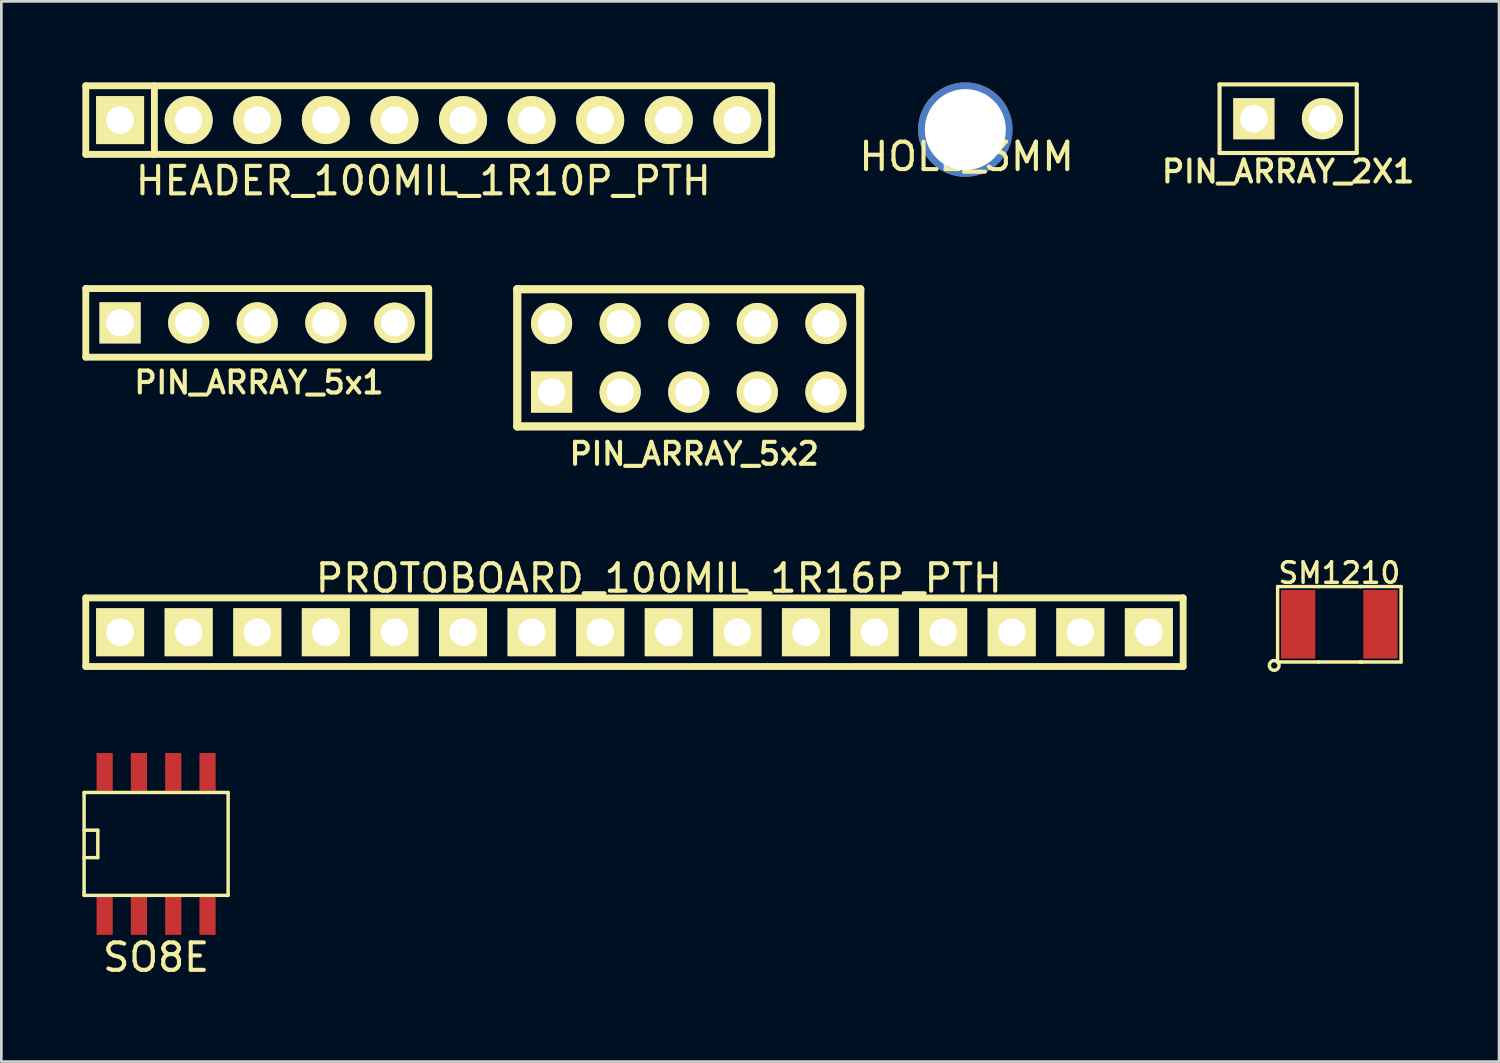
<source format=kicad_pcb>
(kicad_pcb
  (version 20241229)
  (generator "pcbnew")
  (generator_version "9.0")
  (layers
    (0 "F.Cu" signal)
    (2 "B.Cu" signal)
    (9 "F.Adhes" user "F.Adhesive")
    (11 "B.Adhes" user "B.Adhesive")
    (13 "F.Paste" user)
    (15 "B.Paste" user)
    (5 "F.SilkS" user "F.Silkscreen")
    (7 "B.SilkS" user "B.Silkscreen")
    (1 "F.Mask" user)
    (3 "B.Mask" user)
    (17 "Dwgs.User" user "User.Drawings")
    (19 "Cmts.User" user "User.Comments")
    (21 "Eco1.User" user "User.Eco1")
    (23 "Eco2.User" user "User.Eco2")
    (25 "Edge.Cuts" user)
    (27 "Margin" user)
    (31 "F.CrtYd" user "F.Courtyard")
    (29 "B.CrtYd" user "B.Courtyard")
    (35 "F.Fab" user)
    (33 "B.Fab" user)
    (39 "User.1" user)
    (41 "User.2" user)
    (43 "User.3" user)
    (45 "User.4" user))
  (footprint "PROTOBOARD_100MIL_1R16P_PTH"
    (layer "F.Cu")
    (at 20.447 20.362)
    (property "Reference" "PROTOBOARD_100MIL_1R16P_PTH" (at 0.9 -2 0) (layer "F.SilkS") (effects (font (size 1.016 1.016) (thickness 0.152))))
    (attr through_hole)
    (fp_line (start -20.32 -1.27) (end 20.32 -1.27) (stroke (width 0.254) (type solid)) (layer "F.SilkS"))
    (fp_line (start -20.32 1.27) (end -20.32 -1.27) (stroke (width 0.254) (type solid)) (layer "F.SilkS"))
    (fp_line (start 20.32 -1.27) (end 20.32 1.27) (stroke (width 0.254) (type solid)) (layer "F.SilkS"))
    (fp_line (start 20.32 1.27) (end -20.32 1.27) (stroke (width 0.254) (type solid)) (layer "F.SilkS"))
    (pad "1" thru_hole rect (at -19.05 0) (size 1.778 1.778) (drill 1.016) (layers "*.Cu" "*.Mask" "F.SilkS"))
    (pad "2" thru_hole rect (at -16.51 0) (size 1.778 1.778) (drill 1.016) (layers "*.Cu" "*.Mask" "F.SilkS"))
    (pad "3" thru_hole rect (at -13.97 0) (size 1.778 1.778) (drill 1.016) (layers "*.Cu" "*.Mask" "F.SilkS"))
    (pad "4" thru_hole rect (at -11.43 0) (size 1.778 1.778) (drill 1.016) (layers "*.Cu" "*.Mask" "F.SilkS"))
    (pad "5" thru_hole rect (at -8.89 0) (size 1.778 1.778) (drill 1.016) (layers "*.Cu" "*.Mask" "F.SilkS"))
    (pad "6" thru_hole rect (at -6.35 0) (size 1.778 1.778) (drill 1.016) (layers "*.Cu" "*.Mask" "F.SilkS"))
    (pad "7" thru_hole rect (at -3.81 0) (size 1.778 1.778) (drill 1.016) (layers "*.Cu" "*.Mask" "F.SilkS"))
    (pad "8" thru_hole rect (at -1.27 0) (size 1.778 1.778) (drill 1.016) (layers "*.Cu" "*.Mask" "F.SilkS"))
    (pad "9" thru_hole rect (at 1.27 0) (size 1.778 1.778) (drill 1.016) (layers "*.Cu" "*.Mask" "F.SilkS"))
    (pad "10" thru_hole rect (at 3.81 0) (size 1.778 1.778) (drill 1.016) (layers "*.Cu" "*.Mask" "F.SilkS"))
    (pad "11" thru_hole rect (at 6.35 0) (size 1.778 1.778) (drill 1.016) (layers "*.Cu" "*.Mask" "F.SilkS"))
    (pad "12" thru_hole rect (at 8.89 0) (size 1.778 1.778) (drill 1.016) (layers "*.Cu" "*.Mask" "F.SilkS"))
    (pad "13" thru_hole rect (at 11.43 0) (size 1.778 1.778) (drill 1.016) (layers "*.Cu" "*.Mask" "F.SilkS"))
    (pad "14" thru_hole rect (at 13.97 0) (size 1.778 1.778) (drill 1.016) (layers "*.Cu" "*.Mask" "F.SilkS"))
    (pad "15" thru_hole rect (at 16.51 0) (size 1.778 1.778) (drill 1.016) (layers "*.Cu" "*.Mask" "F.SilkS"))
    (pad "16" thru_hole rect (at 19.05 0) (size 1.778 1.778) (drill 1.016) (layers "*.Cu" "*.Mask" "F.SilkS")))
  (footprint "PIN_ARRAY_5x2"
    (layer "F.Cu")
    (at 22.456 10.201)
    (property "Reference" "PIN_ARRAY_5x2" (at 0.203 3.556 0) (layer "F.SilkS") (effects (font (size 0.813 0.813) (thickness 0.152))))
    (attr through_hole)
    (fp_line (start -6.35 -2.54) (end 6.35 -2.54) (stroke (width 0.305) (type solid)) (layer "F.SilkS"))
    (fp_line (start -6.35 2.54) (end -6.35 -2.54) (stroke (width 0.305) (type solid)) (layer "F.SilkS"))
    (fp_line (start 6.35 -2.54) (end 6.35 2.54) (stroke (width 0.305) (type solid)) (layer "F.SilkS"))
    (fp_line (start 6.35 2.54) (end -6.35 2.54) (stroke (width 0.305) (type solid)) (layer "F.SilkS"))
    (pad "1" thru_hole rect (at -5.08 1.27) (size 1.524 1.524) (drill 1.016) (layers "*.Cu" "*.Mask" "F.SilkS"))
    (pad "2" thru_hole circle (at -5.08 -1.27) (size 1.524 1.524) (drill 1.016) (layers "*.Cu" "*.Mask" "F.SilkS"))
    (pad "3" thru_hole circle (at -2.54 1.27) (size 1.524 1.524) (drill 1.016) (layers "*.Cu" "*.Mask" "F.SilkS"))
    (pad "4" thru_hole circle (at -2.54 -1.27) (size 1.524 1.524) (drill 1.016) (layers "*.Cu" "*.Mask" "F.SilkS"))
    (pad "5" thru_hole circle (at 0 1.27) (size 1.524 1.524) (drill 1.016) (layers "*.Cu" "*.Mask" "F.SilkS"))
    (pad "6" thru_hole circle (at 0 -1.27) (size 1.524 1.524) (drill 1.016) (layers "*.Cu" "*.Mask" "F.SilkS"))
    (pad "7" thru_hole circle (at 2.54 1.27) (size 1.524 1.524) (drill 1.016) (layers "*.Cu" "*.Mask" "F.SilkS"))
    (pad "8" thru_hole circle (at 2.54 -1.27) (size 1.524 1.524) (drill 1.016) (layers "*.Cu" "*.Mask" "F.SilkS"))
    (pad "9" thru_hole circle (at 5.08 1.27) (size 1.524 1.524) (drill 1.016) (layers "*.Cu" "*.Mask" "F.SilkS"))
    (pad "10" thru_hole circle (at 5.08 -1.27) (size 1.524 1.524) (drill 1.016) (layers "*.Cu" "*.Mask" "F.SilkS")))
  (footprint "PIN_ARRAY_2X1"
    (layer "F.Cu")
    (at 44.654 1.346)
    (property "Reference" "PIN_ARRAY_2X1" (at 0 1.956 0) (layer "F.SilkS") (effects (font (size 0.813 0.813) (thickness 0.152))))
    (attr through_hole)
    (fp_line (start -2.54 -1.27) (end 2.54 -1.27) (stroke (width 0.152) (type solid)) (layer "F.SilkS"))
    (fp_line (start -2.54 1.27) (end -2.54 -1.27) (stroke (width 0.152) (type solid)) (layer "F.SilkS"))
    (fp_line (start 2.54 -1.27) (end 2.54 1.27) (stroke (width 0.152) (type solid)) (layer "F.SilkS"))
    (fp_line (start 2.54 1.27) (end -2.54 1.27) (stroke (width 0.152) (type solid)) (layer "F.SilkS"))
    (pad "1" thru_hole rect (at -1.27 0) (size 1.524 1.524) (drill 1.016) (layers "*.Cu" "*.Mask" "F.SilkS"))
    (pad "2" thru_hole circle (at 1.27 0) (size 1.524 1.524) (drill 1.016) (layers "*.Cu" "*.Mask" "F.SilkS")))
  (footprint "SM1210"
    (layer "F.Cu")
    (at 46.55 20.069)
    (property "Reference" "SM1210" (at 0 -1.9 0) (layer "F.SilkS") (effects (font (size 0.762 0.762) (thickness 0.127))))
    (attr smd)
    (fp_line (start -2.286 -1.397) (end -2.286 1.397) (stroke (width 0.127) (type solid)) (layer "F.SilkS"))
    (fp_line (start -2.286 1.397) (end -0.762 1.397) (stroke (width 0.127) (type solid)) (layer "F.SilkS"))
    (fp_line (start -0.787 1.397) (end 0.864 1.397) (stroke (width 0.127) (type solid)) (layer "F.SilkS"))
    (fp_line (start -0.762 -1.397) (end -2.286 -1.397) (stroke (width 0.127) (type solid)) (layer "F.SilkS"))
    (fp_line (start -0.762 -1.397) (end 0.813 -1.397) (stroke (width 0.127) (type solid)) (layer "F.SilkS"))
    (fp_line (start 0.762 1.397) (end 2.286 1.397) (stroke (width 0.127) (type solid)) (layer "F.SilkS"))
    (fp_line (start 2.286 -1.397) (end 0.762 -1.397) (stroke (width 0.127) (type solid)) (layer "F.SilkS"))
    (fp_line (start 2.286 1.397) (end 2.286 -1.397) (stroke (width 0.127) (type solid)) (layer "F.SilkS"))
    (fp_circle (center -2.413 1.524) (end -2.286 1.397) (stroke (width 0.127) (type solid)) (fill no) (layer "F.SilkS"))
    (pad "1" smd rect (at -1.524 0) (size 1.27 2.54) (layers "F.Cu" "F.Mask" "F.Paste"))
    (pad "2" smd rect (at 1.524 0) (size 1.27 2.54) (layers "F.Cu" "F.Mask" "F.Paste")))
  (footprint "PIN_ARRAY_5x1"
    (layer "F.Cu")
    (at 6.477 8.906)
    (property "Reference" "PIN_ARRAY_5x1" (at 0.064 2.21 0) (layer "F.SilkS") (effects (font (size 0.813 0.813) (thickness 0.152))))
    (attr through_hole)
    (fp_line (start -6.35 -1.27) (end -6.35 1.27) (stroke (width 0.254) (type solid)) (layer "F.SilkS"))
    (fp_line (start -6.35 1.27) (end 6.35 1.27) (stroke (width 0.254) (type solid)) (layer "F.SilkS"))
    (fp_line (start 6.35 -1.27) (end -6.35 -1.27) (stroke (width 0.254) (type solid)) (layer "F.SilkS"))
    (fp_line (start 6.35 1.27) (end 6.35 -1.27) (stroke (width 0.254) (type solid)) (layer "F.SilkS"))
    (pad "1" thru_hole rect (at -5.08 0) (size 1.524 1.524) (drill 1.016) (layers "*.Cu" "*.Mask" "F.SilkS"))
    (pad "2" thru_hole circle (at -2.54 0) (size 1.524 1.524) (drill 1.016) (layers "*.Cu" "*.Mask" "F.SilkS"))
    (pad "3" thru_hole circle (at 0 0) (size 1.524 1.524) (drill 1.016) (layers "*.Cu" "*.Mask" "F.SilkS"))
    (pad "4" thru_hole circle (at 2.54 0) (size 1.524 1.524) (drill 1.016) (layers "*.Cu" "*.Mask" "F.SilkS"))
    (pad "5" thru_hole circle (at 5.08 0) (size 1.5 1.5) (drill 1) (layers "*.Cu" "*.Mask" "F.SilkS")))
  (footprint "SO8E"
    (layer "F.Cu")
    (at 2.731 28.203)
    (property "Reference" "SO8E" (at 0 4.2 0) (layer "F.SilkS") (effects (font (size 1.016 1.016) (thickness 0.152))))
    (attr smd)
    (fp_line (start -2.667 -1.905) (end -2.667 1.778) (stroke (width 0.127) (type solid)) (layer "F.SilkS"))
    (fp_line (start -2.667 -0.508) (end -2.159 -0.508) (stroke (width 0.127) (type solid)) (layer "F.SilkS"))
    (fp_line (start -2.667 1.778) (end -2.667 1.905) (stroke (width 0.127) (type solid)) (layer "F.SilkS"))
    (fp_line (start -2.667 1.905) (end 2.667 1.905) (stroke (width 0.127) (type solid)) (layer "F.SilkS"))
    (fp_line (start -2.159 -0.508) (end -2.159 0.508) (stroke (width 0.127) (type solid)) (layer "F.SilkS"))
    (fp_line (start -2.159 0.508) (end -2.667 0.508) (stroke (width 0.127) (type solid)) (layer "F.SilkS"))
    (fp_line (start 2.667 -1.905) (end -2.667 -1.905) (stroke (width 0.127) (type solid)) (layer "F.SilkS"))
    (fp_line (start 2.667 -1.905) (end 2.667 1.905) (stroke (width 0.127) (type solid)) (layer "F.SilkS"))
    (pad "1" smd rect (at -1.905 2.667) (size 0.599 1.4) (layers "F.Cu" "F.Mask" "F.Paste"))
    (pad "2" smd rect (at -0.635 2.667) (size 0.599 1.4) (layers "F.Cu" "F.Mask" "F.Paste"))
    (pad "3" smd rect (at 0.635 2.667) (size 0.599 1.4) (layers "F.Cu" "F.Mask" "F.Paste"))
    (pad "4" smd rect (at 1.905 2.667) (size 0.599 1.4) (layers "F.Cu" "F.Mask" "F.Paste"))
    (pad "5" smd rect (at 1.905 -2.667) (size 0.599 1.4) (layers "F.Cu" "F.Mask" "F.Paste"))
    (pad "6" smd rect (at 0.635 -2.667) (size 0.599 1.4) (layers "F.Cu" "F.Mask" "F.Paste"))
    (pad "7" smd rect (at -0.635 -2.667) (size 0.599 1.4) (layers "F.Cu" "F.Mask" "F.Paste"))
    (pad "8" smd rect (at -1.905 -2.667) (size 0.599 1.4) (layers "F.Cu" "F.Mask" "F.Paste")))
  (footprint "HOLE_3MM"
    (layer "F.Cu")
    (at 32.698 1.75)
    (property "Reference" "HOLE_3MM" (at 0.05 1 0) (layer "F.SilkS") (effects (font (size 1.016 1.016) (thickness 0.152))))
    (attr smd)
    (pad "1" thru_hole circle (at 0 0 180) (size 3.5 3.5) (drill 3) (layers "*.Cu" "*.Mask")))
  (footprint "HEADER_100MIL_1R10P_PTH"
    (layer "F.Cu")
    (at 12.827 1.397)
    (property "Reference" "HEADER_100MIL_1R10P_PTH" (at -0.2 2.25 0) (layer "F.SilkS") (effects (font (size 1.016 1.016) (thickness 0.152))))
    (attr through_hole)
    (fp_line (start -12.7 -1.27) (end 12.7 -1.27) (stroke (width 0.254) (type solid)) (layer "F.SilkS"))
    (fp_line (start -12.7 1.27) (end -12.7 -1.27) (stroke (width 0.254) (type solid)) (layer "F.SilkS"))
    (fp_line (start -10.16 -1.27) (end -10.16 1.27) (stroke (width 0.254) (type solid)) (layer "F.SilkS"))
    (fp_line (start 12.7 -1.27) (end 12.7 1.27) (stroke (width 0.254) (type solid)) (layer "F.SilkS"))
    (fp_line (start 12.7 1.27) (end -12.7 1.27) (stroke (width 0.254) (type solid)) (layer "F.SilkS"))
    (pad "1" thru_hole rect (at -11.43 0) (size 1.778 1.778) (drill 1.016) (layers "*.Cu" "*.Mask" "F.SilkS"))
    (pad "2" thru_hole circle (at -8.89 0) (size 1.778 1.778) (drill 1.016) (layers "*.Cu" "*.Mask" "F.SilkS"))
    (pad "3" thru_hole circle (at -6.35 0) (size 1.778 1.778) (drill 1.016) (layers "*.Cu" "*.Mask" "F.SilkS"))
    (pad "4" thru_hole circle (at -3.81 0) (size 1.778 1.778) (drill 1.016) (layers "*.Cu" "*.Mask" "F.SilkS"))
    (pad "5" thru_hole circle (at -1.27 0) (size 1.778 1.778) (drill 1.016) (layers "*.Cu" "*.Mask" "F.SilkS"))
    (pad "6" thru_hole circle (at 1.27 0) (size 1.778 1.778) (drill 1.016) (layers "*.Cu" "*.Mask" "F.SilkS"))
    (pad "7" thru_hole circle (at 3.81 0) (size 1.778 1.778) (drill 1.016) (layers "*.Cu" "*.Mask" "F.SilkS"))
    (pad "8" thru_hole circle (at 6.35 0) (size 1.778 1.778) (drill 1.016) (layers "*.Cu" "*.Mask" "F.SilkS"))
    (pad "9" thru_hole circle (at 8.89 0) (size 1.778 1.778) (drill 1.016) (layers "*.Cu" "*.Mask" "F.SilkS"))
    (pad "10" thru_hole circle (at 11.43 0) (size 1.778 1.778) (drill 1.016) (layers "*.Cu" "*.Mask" "F.SilkS")))
  (gr_rect
    (start -3 -3)
    (end 52.465 36.265)
    (stroke (width 0.1) (type default))
    (fill no)
    (layer "Edge.Cuts")))
</source>
